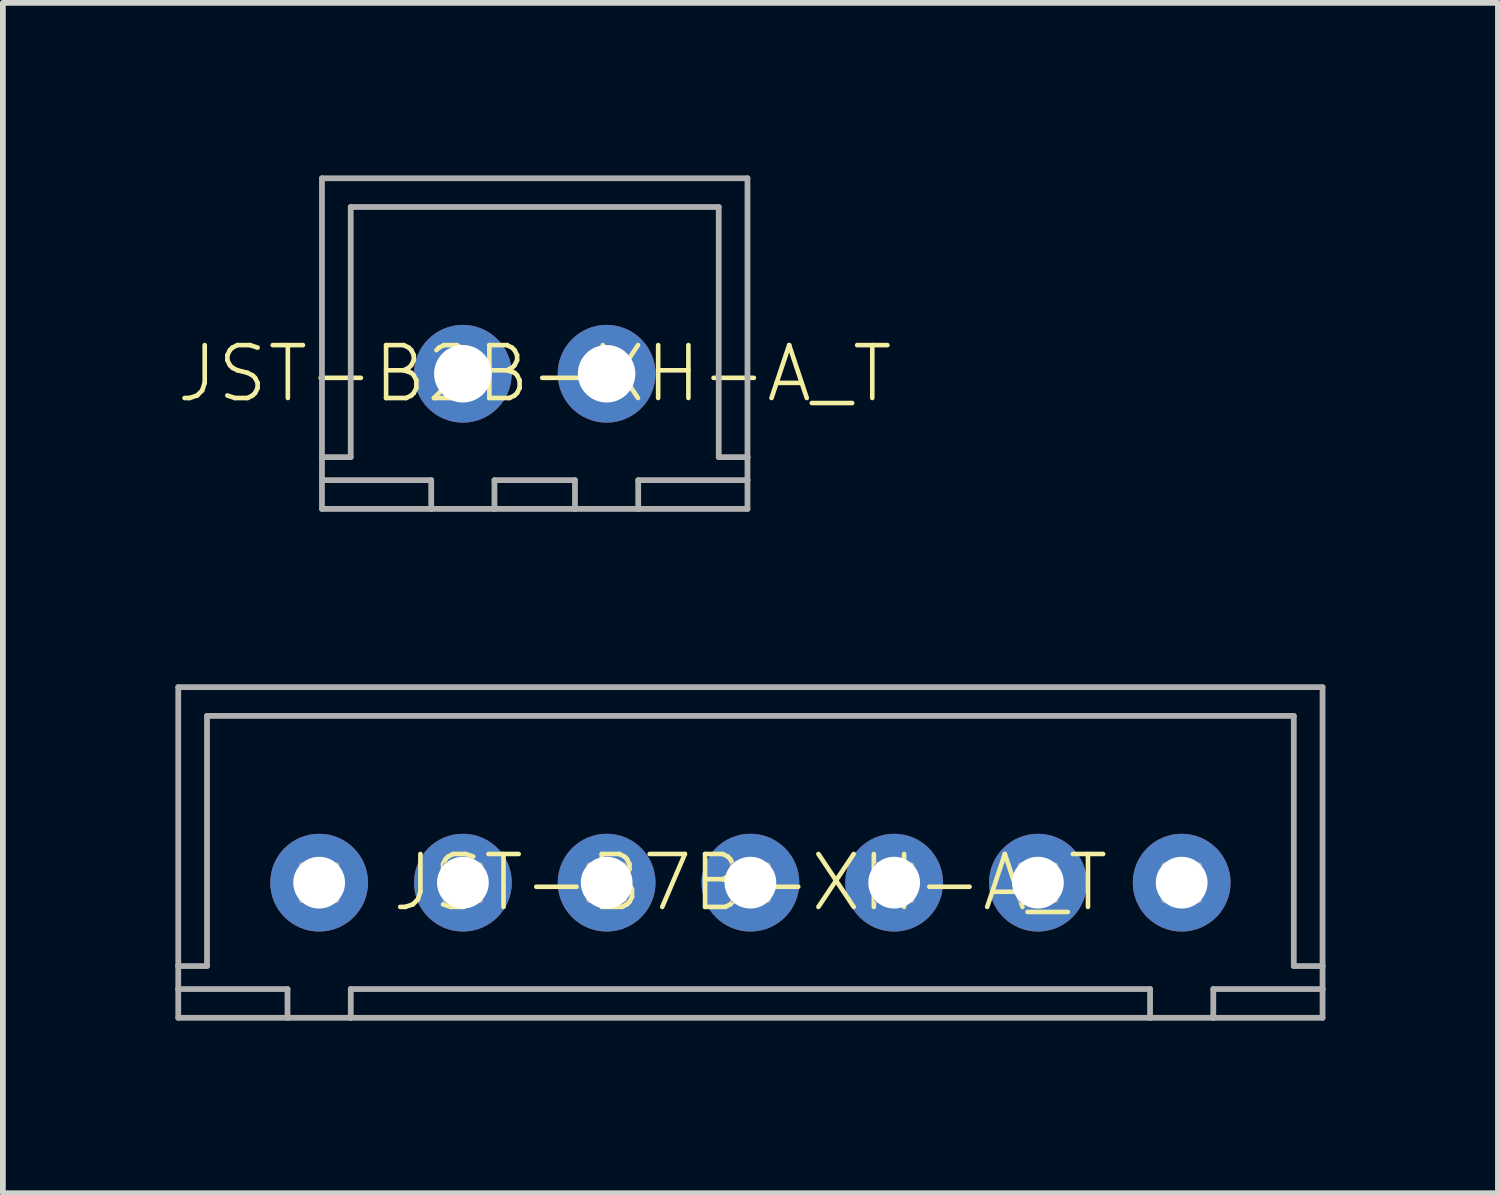
<source format=kicad_pcb>
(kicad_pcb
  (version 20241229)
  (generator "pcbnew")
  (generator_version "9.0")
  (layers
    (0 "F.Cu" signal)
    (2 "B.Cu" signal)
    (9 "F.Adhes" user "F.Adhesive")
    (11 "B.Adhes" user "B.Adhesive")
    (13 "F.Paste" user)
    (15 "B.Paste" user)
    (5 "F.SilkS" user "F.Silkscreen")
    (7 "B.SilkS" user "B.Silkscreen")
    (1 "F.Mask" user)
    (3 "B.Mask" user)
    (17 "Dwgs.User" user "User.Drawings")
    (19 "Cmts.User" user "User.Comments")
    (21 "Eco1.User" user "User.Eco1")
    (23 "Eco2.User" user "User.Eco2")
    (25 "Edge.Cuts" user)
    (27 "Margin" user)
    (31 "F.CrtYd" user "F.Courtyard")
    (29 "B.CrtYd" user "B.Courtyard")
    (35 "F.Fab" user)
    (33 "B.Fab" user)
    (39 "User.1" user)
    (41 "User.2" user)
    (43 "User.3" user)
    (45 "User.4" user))
  (footprint "JST-B7B-XH-A_T"
    (layer "F.Cu")
    (at 10 12.3)
    (property "Reference" "JST-B7B-XH-A_T" (at 0 0 0) (unlocked yes) (layer "F.SilkS") (effects (font (size 0.92 0.92) (thickness 0.08))))
    (fp_line (start -9.95 -3.4) (end -9.95 1.45) (stroke (width 0.1) (type solid)) (layer "F.Fab"))
    (fp_line (start -9.95 -3.4) (end 9.95 -3.4) (stroke (width 0.1) (type solid)) (layer "F.Fab"))
    (fp_line (start -9.95 1.45) (end -9.95 1.85) (stroke (width 0.1) (type solid)) (layer "F.Fab"))
    (fp_line (start -9.95 1.85) (end -9.95 2.35) (stroke (width 0.1) (type solid)) (layer "F.Fab"))
    (fp_line (start -9.95 2.35) (end -8.05 2.35) (stroke (width 0.1) (type solid)) (layer "F.Fab"))
    (fp_line (start -9.45 -2.9) (end -9.45 1.45) (stroke (width 0.1) (type solid)) (layer "F.Fab"))
    (fp_line (start -9.45 -2.9) (end 9.45 -2.9) (stroke (width 0.1) (type solid)) (layer "F.Fab"))
    (fp_line (start -9.45 1.45) (end -9.95 1.45) (stroke (width 0.1) (type solid)) (layer "F.Fab"))
    (fp_line (start -8.05 1.85) (end -9.95 1.85) (stroke (width 0.1) (type solid)) (layer "F.Fab"))
    (fp_line (start -8.05 1.85) (end -8.05 2.35) (stroke (width 0.1) (type solid)) (layer "F.Fab"))
    (fp_line (start -8.05 2.35) (end -6.95 2.35) (stroke (width 0.1) (type solid)) (layer "F.Fab"))
    (fp_line (start -7.8 -0.3) (end -7.8 0.3) (stroke (width 0.1) (type solid)) (layer "F.Fab"))
    (fp_line (start -7.8 0.3) (end -7.2 0.3) (stroke (width 0.1) (type solid)) (layer "F.Fab"))
    (fp_line (start -7.2 -0.3) (end -7.8 -0.3) (stroke (width 0.1) (type solid)) (layer "F.Fab"))
    (fp_line (start -7.2 0.3) (end -7.2 -0.3) (stroke (width 0.1) (type solid)) (layer "F.Fab"))
    (fp_line (start -6.95 1.85) (end -6.95 2.35) (stroke (width 0.1) (type solid)) (layer "F.Fab"))
    (fp_line (start -6.95 1.85) (end 6.95 1.85) (stroke (width 0.1) (type solid)) (layer "F.Fab"))
    (fp_line (start -6.95 2.35) (end 6.95 2.35) (stroke (width 0.1) (type solid)) (layer "F.Fab"))
    (fp_line (start -5.3 -0.3) (end -5.3 0.3) (stroke (width 0.1) (type solid)) (layer "F.Fab"))
    (fp_line (start -5.3 0.3) (end -4.7 0.3) (stroke (width 0.1) (type solid)) (layer "F.Fab"))
    (fp_line (start -4.7 -0.3) (end -5.3 -0.3) (stroke (width 0.1) (type solid)) (layer "F.Fab"))
    (fp_line (start -4.7 0.3) (end -4.7 -0.3) (stroke (width 0.1) (type solid)) (layer "F.Fab"))
    (fp_line (start -2.8 -0.3) (end -2.8 0.3) (stroke (width 0.1) (type solid)) (layer "F.Fab"))
    (fp_line (start -2.8 0.3) (end -2.2 0.3) (stroke (width 0.1) (type solid)) (layer "F.Fab"))
    (fp_line (start -2.2 -0.3) (end -2.8 -0.3) (stroke (width 0.1) (type solid)) (layer "F.Fab"))
    (fp_line (start -2.2 0.3) (end -2.2 -0.3) (stroke (width 0.1) (type solid)) (layer "F.Fab"))
    (fp_line (start -0.3 -0.3) (end -0.3 0.3) (stroke (width 0.1) (type solid)) (layer "F.Fab"))
    (fp_line (start -0.3 0.3) (end 0.3 0.3) (stroke (width 0.1) (type solid)) (layer "F.Fab"))
    (fp_line (start 0.3 -0.3) (end -0.3 -0.3) (stroke (width 0.1) (type solid)) (layer "F.Fab"))
    (fp_line (start 0.3 0.3) (end 0.3 -0.3) (stroke (width 0.1) (type solid)) (layer "F.Fab"))
    (fp_line (start 2.2 -0.3) (end 2.2 0.3) (stroke (width 0.1) (type solid)) (layer "F.Fab"))
    (fp_line (start 2.2 0.3) (end 2.8 0.3) (stroke (width 0.1) (type solid)) (layer "F.Fab"))
    (fp_line (start 2.8 -0.3) (end 2.2 -0.3) (stroke (width 0.1) (type solid)) (layer "F.Fab"))
    (fp_line (start 2.8 0.3) (end 2.8 -0.3) (stroke (width 0.1) (type solid)) (layer "F.Fab"))
    (fp_line (start 4.7 -0.3) (end 4.7 0.3) (stroke (width 0.1) (type solid)) (layer "F.Fab"))
    (fp_line (start 4.7 0.3) (end 5.3 0.3) (stroke (width 0.1) (type solid)) (layer "F.Fab"))
    (fp_line (start 5.3 -0.3) (end 4.7 -0.3) (stroke (width 0.1) (type solid)) (layer "F.Fab"))
    (fp_line (start 5.3 0.3) (end 5.3 -0.3) (stroke (width 0.1) (type solid)) (layer "F.Fab"))
    (fp_line (start 6.95 1.85) (end 6.95 2.35) (stroke (width 0.1) (type solid)) (layer "F.Fab"))
    (fp_line (start 7.2 -0.3) (end 7.2 0.3) (stroke (width 0.1) (type solid)) (layer "F.Fab"))
    (fp_line (start 7.2 0.3) (end 7.8 0.3) (stroke (width 0.1) (type solid)) (layer "F.Fab"))
    (fp_line (start 7.8 -0.3) (end 7.2 -0.3) (stroke (width 0.1) (type solid)) (layer "F.Fab"))
    (fp_line (start 7.8 0.3) (end 7.8 -0.3) (stroke (width 0.1) (type solid)) (layer "F.Fab"))
    (fp_line (start 8.05 1.85) (end 8.05 2.35) (stroke (width 0.1) (type solid)) (layer "F.Fab"))
    (fp_line (start 8.05 1.85) (end 9.95 1.85) (stroke (width 0.1) (type solid)) (layer "F.Fab"))
    (fp_line (start 8.05 2.35) (end 6.95 2.35) (stroke (width 0.1) (type solid)) (layer "F.Fab"))
    (fp_line (start 8.05 2.35) (end 9.95 2.35) (stroke (width 0.1) (type solid)) (layer "F.Fab"))
    (fp_line (start 9.45 1.45) (end 9.45 -2.9) (stroke (width 0.1) (type solid)) (layer "F.Fab"))
    (fp_line (start 9.45 1.45) (end 9.95 1.45) (stroke (width 0.1) (type solid)) (layer "F.Fab"))
    (fp_line (start 9.95 1.45) (end 9.95 -3.4) (stroke (width 0.1) (type solid)) (layer "F.Fab"))
    (fp_line (start 9.95 1.85) (end 9.95 1.45) (stroke (width 0.1) (type solid)) (layer "F.Fab"))
    (fp_line (start 9.95 2.35) (end 9.95 1.85) (stroke (width 0.1) (type solid)) (layer "F.Fab"))
    (pad "1" thru_hole circle (at -7.5 0) (size 1.7 1.7) (drill 0.9) (layers "*.Cu" "*.Mask"))
    (pad "2" thru_hole circle (at -5 0) (size 1.7 1.7) (drill 0.9) (layers "*.Cu" "*.Mask"))
    (pad "3" thru_hole circle (at -2.5 0) (size 1.7 1.7) (drill 0.9) (layers "*.Cu" "*.Mask"))
    (pad "4" thru_hole circle (at 0 0) (size 1.7 1.7) (drill 0.9) (layers "*.Cu" "*.Mask"))
    (pad "5" thru_hole circle (at 2.5 0) (size 1.7 1.7) (drill 0.9) (layers "*.Cu" "*.Mask"))
    (pad "6" thru_hole circle (at 5 0) (size 1.7 1.7) (drill 0.9) (layers "*.Cu" "*.Mask"))
    (pad "7" thru_hole circle (at 7.5 0) (size 1.7 1.7) (drill 0.9) (layers "*.Cu" "*.Mask")))
  (footprint "JST-B2B-XH-A_T"
    (layer "F.Cu")
    (at 6.249 3.45)
    (property "Reference" "JST-B2B-XH-A_T" (at 0 0 0) (unlocked yes) (layer "F.SilkS") (effects (font (size 0.92 0.92) (thickness 0.08))))
    (fp_line (start -3.7 -3.4) (end -3.7 1.45) (stroke (width 0.1) (type solid)) (layer "F.Fab"))
    (fp_line (start -3.7 -3.4) (end 3.7 -3.4) (stroke (width 0.1) (type solid)) (layer "F.Fab"))
    (fp_line (start -3.7 1.45) (end -3.7 1.85) (stroke (width 0.1) (type solid)) (layer "F.Fab"))
    (fp_line (start -3.7 1.85) (end -3.7 2.35) (stroke (width 0.1) (type solid)) (layer "F.Fab"))
    (fp_line (start -3.7 2.35) (end -1.8 2.35) (stroke (width 0.1) (type solid)) (layer "F.Fab"))
    (fp_line (start -3.2 -2.9) (end -3.2 1.45) (stroke (width 0.1) (type solid)) (layer "F.Fab"))
    (fp_line (start -3.2 -2.9) (end 3.2 -2.9) (stroke (width 0.1) (type solid)) (layer "F.Fab"))
    (fp_line (start -3.2 1.45) (end -3.7 1.45) (stroke (width 0.1) (type solid)) (layer "F.Fab"))
    (fp_line (start -1.8 1.85) (end -3.7 1.85) (stroke (width 0.1) (type solid)) (layer "F.Fab"))
    (fp_line (start -1.8 1.85) (end -1.8 2.35) (stroke (width 0.1) (type solid)) (layer "F.Fab"))
    (fp_line (start -1.8 2.35) (end -0.7 2.35) (stroke (width 0.1) (type solid)) (layer "F.Fab"))
    (fp_line (start -1.55 -0.3) (end -1.55 0.3) (stroke (width 0.1) (type solid)) (layer "F.Fab"))
    (fp_line (start -1.55 0.3) (end -0.95 0.3) (stroke (width 0.1) (type solid)) (layer "F.Fab"))
    (fp_line (start -0.95 -0.3) (end -1.55 -0.3) (stroke (width 0.1) (type solid)) (layer "F.Fab"))
    (fp_line (start -0.95 0.3) (end -0.95 -0.3) (stroke (width 0.1) (type solid)) (layer "F.Fab"))
    (fp_line (start -0.7 1.85) (end -0.7 2.35) (stroke (width 0.1) (type solid)) (layer "F.Fab"))
    (fp_line (start -0.7 1.85) (end 0.7 1.85) (stroke (width 0.1) (type solid)) (layer "F.Fab"))
    (fp_line (start -0.7 2.35) (end 0.7 2.35) (stroke (width 0.1) (type solid)) (layer "F.Fab"))
    (fp_line (start 0.7 1.85) (end 0.7 2.35) (stroke (width 0.1) (type solid)) (layer "F.Fab"))
    (fp_line (start 0.95 -0.3) (end 0.95 0.3) (stroke (width 0.1) (type solid)) (layer "F.Fab"))
    (fp_line (start 0.95 0.3) (end 1.55 0.3) (stroke (width 0.1) (type solid)) (layer "F.Fab"))
    (fp_line (start 1.55 -0.3) (end 0.95 -0.3) (stroke (width 0.1) (type solid)) (layer "F.Fab"))
    (fp_line (start 1.55 0.3) (end 1.55 -0.3) (stroke (width 0.1) (type solid)) (layer "F.Fab"))
    (fp_line (start 1.8 1.85) (end 1.8 2.35) (stroke (width 0.1) (type solid)) (layer "F.Fab"))
    (fp_line (start 1.8 1.85) (end 3.7 1.85) (stroke (width 0.1) (type solid)) (layer "F.Fab"))
    (fp_line (start 1.8 2.35) (end 0.7 2.35) (stroke (width 0.1) (type solid)) (layer "F.Fab"))
    (fp_line (start 1.8 2.35) (end 3.7 2.35) (stroke (width 0.1) (type solid)) (layer "F.Fab"))
    (fp_line (start 3.2 1.45) (end 3.2 -2.9) (stroke (width 0.1) (type solid)) (layer "F.Fab"))
    (fp_line (start 3.2 1.45) (end 3.7 1.45) (stroke (width 0.1) (type solid)) (layer "F.Fab"))
    (fp_line (start 3.7 1.45) (end 3.7 -3.4) (stroke (width 0.1) (type solid)) (layer "F.Fab"))
    (fp_line (start 3.7 1.85) (end 3.7 1.45) (stroke (width 0.1) (type solid)) (layer "F.Fab"))
    (fp_line (start 3.7 2.35) (end 3.7 1.85) (stroke (width 0.1) (type solid)) (layer "F.Fab"))
    (pad "1" thru_hole circle (at -1.25 0) (size 1.7 1.7) (drill 1) (layers "*.Cu" "*.Mask"))
    (pad "2" thru_hole circle (at 1.25 0) (size 1.7 1.7) (drill 1) (layers "*.Cu" "*.Mask")))
  (gr_rect
    (start -3 -3)
    (end 23 17.7)
    (stroke (width 0.1) (type default))
    (fill no)
    (layer "Edge.Cuts")))
</source>
